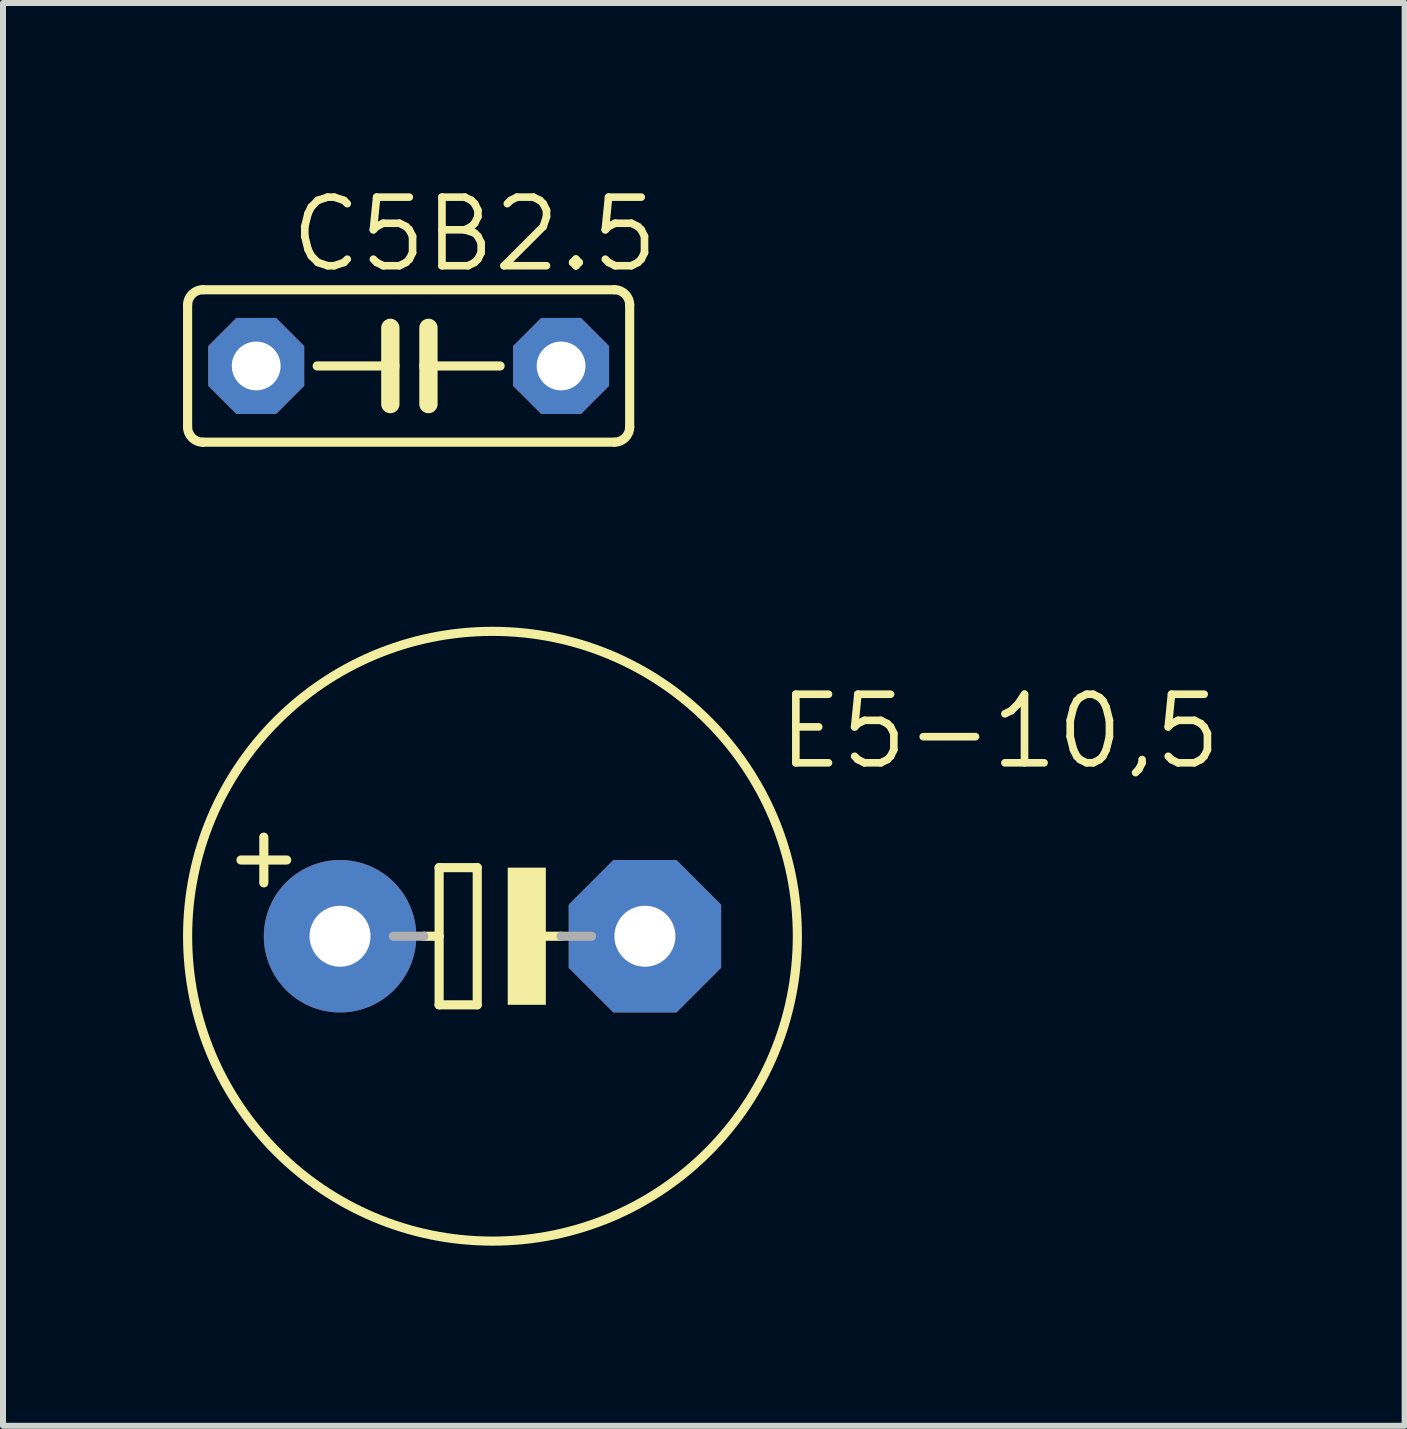
<source format=kicad_pcb>
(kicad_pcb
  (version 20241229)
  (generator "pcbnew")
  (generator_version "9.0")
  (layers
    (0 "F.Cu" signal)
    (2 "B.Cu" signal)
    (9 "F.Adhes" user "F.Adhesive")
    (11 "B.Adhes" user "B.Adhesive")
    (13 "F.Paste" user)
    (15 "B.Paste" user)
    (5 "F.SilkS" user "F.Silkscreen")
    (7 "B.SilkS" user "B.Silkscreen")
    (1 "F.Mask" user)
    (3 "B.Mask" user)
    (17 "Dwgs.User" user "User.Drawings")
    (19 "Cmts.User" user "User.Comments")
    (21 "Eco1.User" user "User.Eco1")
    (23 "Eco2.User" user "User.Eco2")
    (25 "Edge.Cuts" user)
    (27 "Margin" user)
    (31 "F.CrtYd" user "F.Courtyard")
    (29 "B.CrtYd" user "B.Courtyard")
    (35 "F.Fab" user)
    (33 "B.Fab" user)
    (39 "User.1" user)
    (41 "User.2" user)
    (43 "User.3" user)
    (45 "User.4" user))
  (footprint "C5B2.5"
    (layer "F.Cu")
    (at 3.759 3.048)
    (property "Reference" "C5B2.5" (at -2.032 -1.524 0) (unlocked yes) (layer "F.SilkS") (effects (font (size 1.143 1.143) (thickness 0.127)) (justify left bottom)))
    (fp_line (start -3.683 -1.016) (end -3.683 1.016) (stroke (width 0.152) (type solid)) (layer "F.SilkS"))
    (fp_line (start -3.429 1.27) (end 3.429 1.27) (stroke (width 0.152) (type solid)) (layer "F.SilkS"))
    (fp_line (start -0.305 -0.635) (end -0.305 0) (stroke (width 0.305) (type solid)) (layer "F.SilkS"))
    (fp_line (start -0.305 0) (end -1.524 0) (stroke (width 0.152) (type solid)) (layer "F.SilkS"))
    (fp_line (start -0.305 0) (end -0.305 0.635) (stroke (width 0.305) (type solid)) (layer "F.SilkS"))
    (fp_line (start 0.33 -0.635) (end 0.33 0) (stroke (width 0.305) (type solid)) (layer "F.SilkS"))
    (fp_line (start 0.33 0) (end 0.33 0.635) (stroke (width 0.305) (type solid)) (layer "F.SilkS"))
    (fp_line (start 0.33 0) (end 1.524 0) (stroke (width 0.152) (type solid)) (layer "F.SilkS"))
    (fp_line (start 3.429 -1.27) (end -3.429 -1.27) (stroke (width 0.152) (type solid)) (layer "F.SilkS"))
    (fp_line (start 3.683 1.016) (end 3.683 -1.016) (stroke (width 0.152) (type solid)) (layer "F.SilkS"))
    (fp_arc (start -3.683 -1.016) (mid -3.608605 -1.195605) (end -3.429 -1.27) (stroke (width 0.1524) (type solid)) (layer "F.SilkS"))
    (fp_arc (start -3.429 1.27) (mid -3.608605 1.195605) (end -3.683 1.016) (stroke (width 0.1524) (type solid)) (layer "F.SilkS"))
    (fp_arc (start 3.429 -1.27) (mid 3.608605 -1.195605) (end 3.683 -1.016) (stroke (width 0.1524) (type solid)) (layer "F.SilkS"))
    (fp_arc (start 3.683 1.016) (mid 3.608605 1.195605) (end 3.429 1.27) (stroke (width 0.1524) (type solid)) (layer "F.SilkS"))
    (pad "1" thru_hole roundrect (at -2.54 0) (size 1.6 1.6) (drill 0.813) (layers "*.Cu" "*.Mask") (roundrect_rratio 0.25) (chamfer_ratio 0.293) (chamfer top_left top_right bottom_left bottom_right))
    (pad "2" thru_hole roundrect (at 2.54 0) (size 1.6 1.6) (drill 0.813) (layers "*.Cu" "*.Mask") (roundrect_rratio 0.25) (chamfer_ratio 0.293) (chamfer top_left top_right bottom_left bottom_right)))
  (footprint "E5-10,5"
    (layer "F.Cu")
    (at 5.156 12.55)
    (property "Reference" "E5-10,5" (at 4.699 -2.743 0) (unlocked yes) (layer "F.SilkS") (effects (font (size 1.143 1.143) (thickness 0.127)) (justify left bottom)))
    (fp_line (start -3.81 -1.651) (end -3.81 -0.889) (stroke (width 0.152) (type solid)) (layer "F.SilkS"))
    (fp_line (start -3.429 -1.27) (end -4.191 -1.27) (stroke (width 0.152) (type solid)) (layer "F.SilkS"))
    (fp_line (start -1.143 0) (end -0.889 0) (stroke (width 0.152) (type solid)) (layer "F.SilkS"))
    (fp_line (start -0.889 -1.143) (end -0.889 0) (stroke (width 0.152) (type solid)) (layer "F.SilkS"))
    (fp_line (start -0.889 0) (end -0.889 1.143) (stroke (width 0.152) (type solid)) (layer "F.SilkS"))
    (fp_line (start -0.889 1.143) (end -0.254 1.143) (stroke (width 0.152) (type solid)) (layer "F.SilkS"))
    (fp_line (start -0.254 -1.143) (end -0.889 -1.143) (stroke (width 0.152) (type solid)) (layer "F.SilkS"))
    (fp_line (start -0.254 1.143) (end -0.254 -1.143) (stroke (width 0.152) (type solid)) (layer "F.SilkS"))
    (fp_line (start 0.635 0) (end 1.143 0) (stroke (width 0.152) (type solid)) (layer "F.SilkS"))
    (fp_circle (center 0 0) (end 5.08 0) (stroke (width 0.152) (type solid)) (fill no) (layer "F.SilkS"))
    (fp_poly (pts (xy 0.254 1.143) (xy 0.889 1.143) (xy 0.889 -1.143) (xy 0.254 -1.143)) (stroke (width 0) (type default)) (fill yes) (layer "F.SilkS"))
    (fp_line (start -1.651 0) (end -1.143 0) (stroke (width 0.152) (type solid)) (layer "F.Fab"))
    (fp_line (start 1.143 0) (end 1.651 0) (stroke (width 0.152) (type solid)) (layer "F.Fab"))
    (pad "+" thru_hole circle (at -2.54 0) (size 2.54 2.54) (drill 1.016) (layers "*.Cu" "*.Mask"))
    (pad "-" thru_hole roundrect (at 2.54 0) (size 2.54 2.54) (drill 1.016) (layers "*.Cu" "*.Mask") (roundrect_rratio 0.25) (chamfer_ratio 0.293) (chamfer top_left top_right bottom_left bottom_right)))
  (gr_rect
    (start -3 -3)
    (end 20.355 20.707)
    (stroke (width 0.1) (type default))
    (fill no)
    (layer "Edge.Cuts")))
</source>
